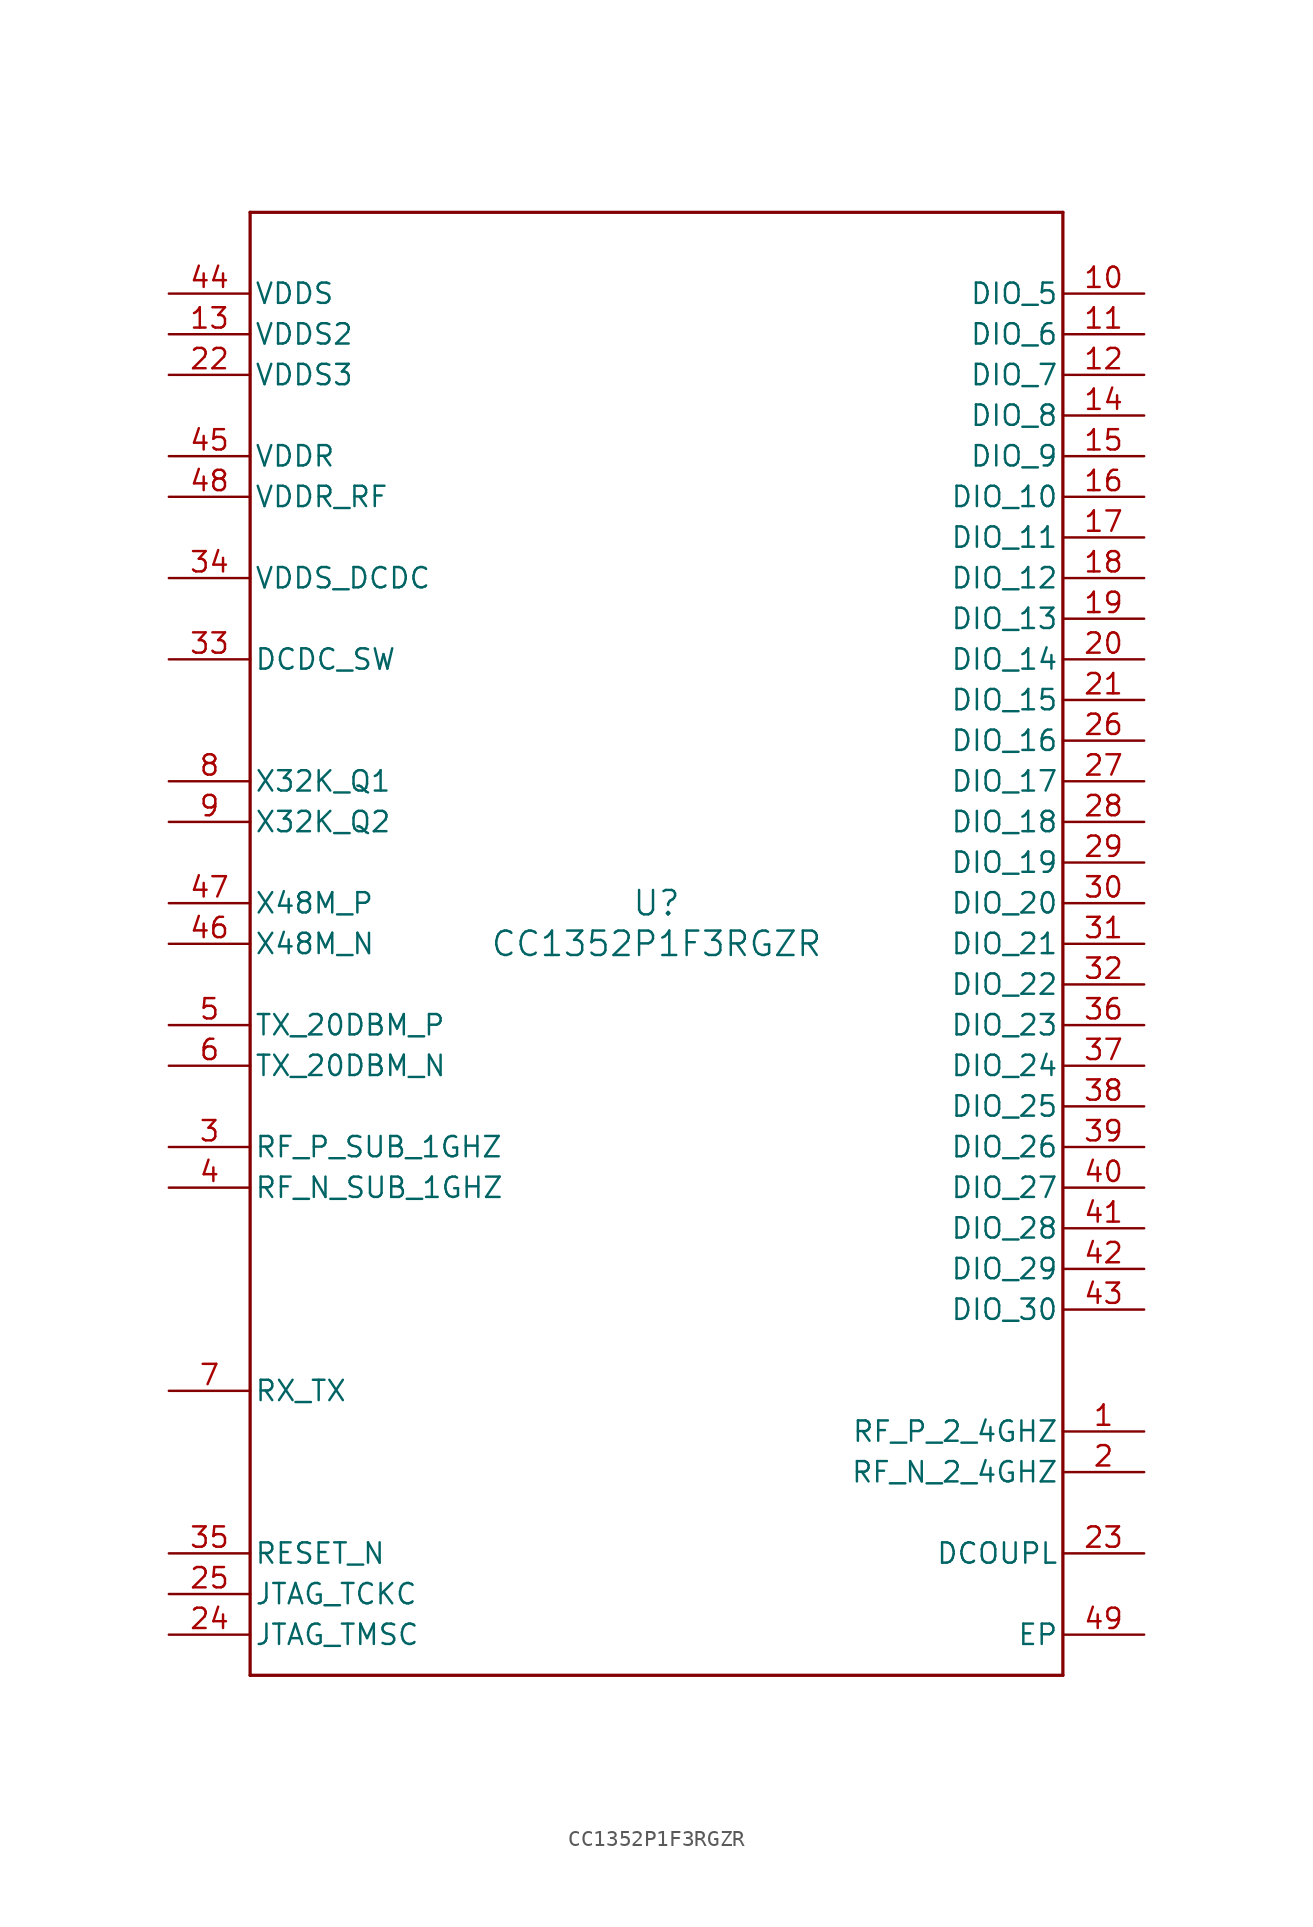
<source format=kicad_sym>
(kicad_symbol_lib
  (version 20211014)
  (generator kicad_symbol_editor)
  (symbol "CC1352P1F3RGZR"
    (pin_names
      (offset 0.254))
    (property "Reference" "U"
      (at 0 2.54 0)
      (effects (font (size 1.524 1.524))))
    (property "Value" "CC1352P1F3RGZR"
      (at 0 0 0)
      (effects (font (size 1.524 1.524))))
    (symbol "CC1352P1F3RGZR_0_1"
      (polyline (pts (xy -25.4 -45.72) (xy 25.4 -45.72)) (stroke (width 0.203) (type default) (color 0 0 0 0)) (fill (type none)))
      (polyline (pts (xy 25.4 -45.72) (xy 25.4 45.72)) (stroke (width 0.203) (type default) (color 0 0 0 0)) (fill (type none)))
      (polyline (pts (xy 25.4 45.72) (xy -25.4 45.72)) (stroke (width 0.203) (type default) (color 0 0 0 0)) (fill (type none)))
      (polyline (pts (xy -25.4 45.72) (xy -25.4 -45.72)) (stroke (width 0.203) (type default) (color 0 0 0 0)) (fill (type none)))
      (pin bidirectional line (at 30.48 -30.48 180) (length 5.08) (name "RF_P_2_4GHZ" (effects (font (size 1.27 1.27)))) (number "1" (effects (font (size 1.27 1.27)))))
      (pin bidirectional line (at 30.48 -33.02 180) (length 5.08) (name "RF_N_2_4GHZ" (effects (font (size 1.27 1.27)))) (number "2" (effects (font (size 1.27 1.27)))))
      (pin bidirectional line (at -30.48 -12.7 0) (length 5.08) (name "RF_P_SUB_1GHZ" (effects (font (size 1.27 1.27)))) (number "3" (effects (font (size 1.27 1.27)))))
      (pin bidirectional line (at -30.48 -15.24 0) (length 5.08) (name "RF_N_SUB_1GHZ" (effects (font (size 1.27 1.27)))) (number "4" (effects (font (size 1.27 1.27)))))
      (pin bidirectional line (at -30.48 -5.08 0) (length 5.08) (name "TX_20DBM_P" (effects (font (size 1.27 1.27)))) (number "5" (effects (font (size 1.27 1.27)))))
      (pin bidirectional line (at -30.48 -7.62 0) (length 5.08) (name "TX_20DBM_N" (effects (font (size 1.27 1.27)))) (number "6" (effects (font (size 1.27 1.27)))))
      (pin bidirectional line (at -30.48 -27.94 0) (length 5.08) (name "RX_TX" (effects (font (size 1.27 1.27)))) (number "7" (effects (font (size 1.27 1.27)))))
      (pin unspecified line (at -30.48 10.16 0) (length 5.08) (name "X32K_Q1" (effects (font (size 1.27 1.27)))) (number "8" (effects (font (size 1.27 1.27)))))
      (pin unspecified line (at -30.48 7.62 0) (length 5.08) (name "X32K_Q2" (effects (font (size 1.27 1.27)))) (number "9" (effects (font (size 1.27 1.27)))))
      (pin bidirectional line (at 30.48 40.64 180) (length 5.08) (name "DIO_5" (effects (font (size 1.27 1.27)))) (number "10" (effects (font (size 1.27 1.27)))))
      (pin bidirectional line (at 30.48 38.1 180) (length 5.08) (name "DIO_6" (effects (font (size 1.27 1.27)))) (number "11" (effects (font (size 1.27 1.27)))))
      (pin bidirectional line (at 30.48 35.56 180) (length 5.08) (name "DIO_7" (effects (font (size 1.27 1.27)))) (number "12" (effects (font (size 1.27 1.27)))))
      (pin power_in line (at -30.48 38.1 0) (length 5.08) (name "VDDS2" (effects (font (size 1.27 1.27)))) (number "13" (effects (font (size 1.27 1.27)))))
      (pin bidirectional line (at 30.48 33.02 180) (length 5.08) (name "DIO_8" (effects (font (size 1.27 1.27)))) (number "14" (effects (font (size 1.27 1.27)))))
      (pin bidirectional line (at 30.48 30.48 180) (length 5.08) (name "DIO_9" (effects (font (size 1.27 1.27)))) (number "15" (effects (font (size 1.27 1.27)))))
      (pin bidirectional line (at 30.48 27.94 180) (length 5.08) (name "DIO_10" (effects (font (size 1.27 1.27)))) (number "16" (effects (font (size 1.27 1.27)))))
      (pin bidirectional line (at 30.48 25.4 180) (length 5.08) (name "DIO_11" (effects (font (size 1.27 1.27)))) (number "17" (effects (font (size 1.27 1.27)))))
      (pin bidirectional line (at 30.48 22.86 180) (length 5.08) (name "DIO_12" (effects (font (size 1.27 1.27)))) (number "18" (effects (font (size 1.27 1.27)))))
      (pin bidirectional line (at 30.48 20.32 180) (length 5.08) (name "DIO_13" (effects (font (size 1.27 1.27)))) (number "19" (effects (font (size 1.27 1.27)))))
      (pin bidirectional line (at 30.48 17.78 180) (length 5.08) (name "DIO_14" (effects (font (size 1.27 1.27)))) (number "20" (effects (font (size 1.27 1.27)))))
      (pin bidirectional line (at 30.48 15.24 180) (length 5.08) (name "DIO_15" (effects (font (size 1.27 1.27)))) (number "21" (effects (font (size 1.27 1.27)))))
      (pin power_in line (at -30.48 35.56 0) (length 5.08) (name "VDDS3" (effects (font (size 1.27 1.27)))) (number "22" (effects (font (size 1.27 1.27)))))
      (pin power_in line (at 30.48 -38.1 180) (length 5.08) (name "DCOUPL" (effects (font (size 1.27 1.27)))) (number "23" (effects (font (size 1.27 1.27)))))
      (pin bidirectional line (at -30.48 -43.18 0) (length 5.08) (name "JTAG_TMSC" (effects (font (size 1.27 1.27)))) (number "24" (effects (font (size 1.27 1.27)))))
      (pin bidirectional line (at -30.48 -40.64 0) (length 5.08) (name "JTAG_TCKC" (effects (font (size 1.27 1.27)))) (number "25" (effects (font (size 1.27 1.27)))))
      (pin bidirectional line (at 30.48 12.7 180) (length 5.08) (name "DIO_16" (effects (font (size 1.27 1.27)))) (number "26" (effects (font (size 1.27 1.27)))))
      (pin bidirectional line (at 30.48 10.16 180) (length 5.08) (name "DIO_17" (effects (font (size 1.27 1.27)))) (number "27" (effects (font (size 1.27 1.27)))))
      (pin bidirectional line (at 30.48 7.62 180) (length 5.08) (name "DIO_18" (effects (font (size 1.27 1.27)))) (number "28" (effects (font (size 1.27 1.27)))))
      (pin bidirectional line (at 30.48 5.08 180) (length 5.08) (name "DIO_19" (effects (font (size 1.27 1.27)))) (number "29" (effects (font (size 1.27 1.27)))))
      (pin bidirectional line (at 30.48 2.54 180) (length 5.08) (name "DIO_20" (effects (font (size 1.27 1.27)))) (number "30" (effects (font (size 1.27 1.27)))))
      (pin bidirectional line (at 30.48 0 180) (length 5.08) (name "DIO_21" (effects (font (size 1.27 1.27)))) (number "31" (effects (font (size 1.27 1.27)))))
      (pin bidirectional line (at 30.48 -2.54 180) (length 5.08) (name "DIO_22" (effects (font (size 1.27 1.27)))) (number "32" (effects (font (size 1.27 1.27)))))
      (pin power_in line (at -30.48 17.78 0) (length 5.08) (name "DCDC_SW" (effects (font (size 1.27 1.27)))) (number "33" (effects (font (size 1.27 1.27)))))
      (pin power_in line (at -30.48 22.86 0) (length 5.08) (name "VDDS_DCDC" (effects (font (size 1.27 1.27)))) (number "34" (effects (font (size 1.27 1.27)))))
      (pin input line (at -30.48 -38.1 0) (length 5.08) (name "RESET_N" (effects (font (size 1.27 1.27)))) (number "35" (effects (font (size 1.27 1.27)))))
      (pin bidirectional line (at 30.48 -5.08 180) (length 5.08) (name "DIO_23" (effects (font (size 1.27 1.27)))) (number "36" (effects (font (size 1.27 1.27)))))
      (pin bidirectional line (at 30.48 -7.62 180) (length 5.08) (name "DIO_24" (effects (font (size 1.27 1.27)))) (number "37" (effects (font (size 1.27 1.27)))))
      (pin bidirectional line (at 30.48 -10.16 180) (length 5.08) (name "DIO_25" (effects (font (size 1.27 1.27)))) (number "38" (effects (font (size 1.27 1.27)))))
      (pin bidirectional line (at 30.48 -12.7 180) (length 5.08) (name "DIO_26" (effects (font (size 1.27 1.27)))) (number "39" (effects (font (size 1.27 1.27)))))
      (pin bidirectional line (at 30.48 -15.24 180) (length 5.08) (name "DIO_27" (effects (font (size 1.27 1.27)))) (number "40" (effects (font (size 1.27 1.27)))))
      (pin bidirectional line (at 30.48 -17.78 180) (length 5.08) (name "DIO_28" (effects (font (size 1.27 1.27)))) (number "41" (effects (font (size 1.27 1.27)))))
      (pin bidirectional line (at 30.48 -20.32 180) (length 5.08) (name "DIO_29" (effects (font (size 1.27 1.27)))) (number "42" (effects (font (size 1.27 1.27)))))
      (pin bidirectional line (at 30.48 -22.86 180) (length 5.08) (name "DIO_30" (effects (font (size 1.27 1.27)))) (number "43" (effects (font (size 1.27 1.27)))))
      (pin power_in line (at -30.48 40.64 0) (length 5.08) (name "VDDS" (effects (font (size 1.27 1.27)))) (number "44" (effects (font (size 1.27 1.27)))))
      (pin power_in line (at -30.48 30.48 0) (length 5.08) (name "VDDR" (effects (font (size 1.27 1.27)))) (number "45" (effects (font (size 1.27 1.27)))))
      (pin unspecified line (at -30.48 0 0) (length 5.08) (name "X48M_N" (effects (font (size 1.27 1.27)))) (number "46" (effects (font (size 1.27 1.27)))))
      (pin unspecified line (at -30.48 2.54 0) (length 5.08) (name "X48M_P" (effects (font (size 1.27 1.27)))) (number "47" (effects (font (size 1.27 1.27)))))
      (pin power_in line (at -30.48 27.94 0) (length 5.08) (name "VDDR_RF" (effects (font (size 1.27 1.27)))) (number "48" (effects (font (size 1.27 1.27)))))
      (pin power_in line (at 30.48 -43.18 180) (length 5.08) (name "EP" (effects (font (size 1.27 1.27)))) (number "49" (effects (font (size 1.27 1.27))))))))
</source>
